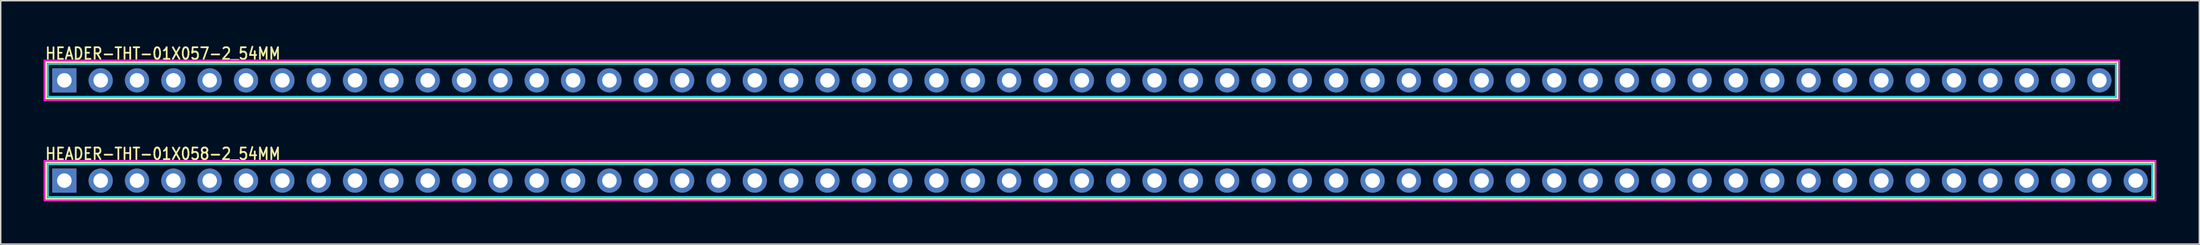
<source format=kicad_pcb>
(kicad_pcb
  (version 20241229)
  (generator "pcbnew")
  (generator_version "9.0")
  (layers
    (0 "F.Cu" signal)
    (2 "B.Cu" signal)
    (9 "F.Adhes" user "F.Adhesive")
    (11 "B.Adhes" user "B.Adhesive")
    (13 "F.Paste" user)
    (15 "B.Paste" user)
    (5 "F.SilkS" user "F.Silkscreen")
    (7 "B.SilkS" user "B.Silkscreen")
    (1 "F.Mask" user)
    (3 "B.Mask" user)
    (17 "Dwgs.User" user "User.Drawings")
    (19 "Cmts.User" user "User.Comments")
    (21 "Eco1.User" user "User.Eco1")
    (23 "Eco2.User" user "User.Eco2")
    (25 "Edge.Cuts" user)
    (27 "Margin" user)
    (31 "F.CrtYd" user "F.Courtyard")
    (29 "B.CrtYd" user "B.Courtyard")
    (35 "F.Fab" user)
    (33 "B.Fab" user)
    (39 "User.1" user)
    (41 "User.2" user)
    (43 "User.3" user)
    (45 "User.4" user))
  (footprint "HEADER-THT-01X058-2_54MM"
    (layer "F.Cu")
    (at 1.447 9.604)
    (property "Reference" "HEADER-THT-01X058-2_54MM" (at -1.4 -1.4 0) (unlocked yes) (layer "F.SilkS") (effects (font (size 0.813 0.695) (thickness 0.122)) (justify left bottom)))
    (fp_line (start -1.27 -1.27) (end -1.27 1.27) (stroke (width 0.127) (type solid)) (layer "F.SilkS"))
    (fp_line (start -1.27 1.27) (end 146.05 1.27) (stroke (width 0.127) (type solid)) (layer "F.SilkS"))
    (fp_line (start 146.05 -1.27) (end -1.27 -1.27) (stroke (width 0.127) (type solid)) (layer "F.SilkS"))
    (fp_line (start 146.05 1.27) (end 146.05 -1.27) (stroke (width 0.127) (type solid)) (layer "F.SilkS"))
    (fp_poly (pts (xy -1.143 -1.143) (xy 145.923 -1.143) (xy 145.923 1.143) (xy -1.143 1.143)) (stroke (width 0.1) (type solid)) (fill no) (layer "B.CrtYd"))
    (fp_poly (pts (xy -1.397 -1.397) (xy 146.177 -1.397) (xy 146.177 1.397) (xy -1.397 1.397)) (stroke (width 0.1) (type solid)) (fill no) (layer "F.CrtYd"))
    (pad "P$1" thru_hole rect (at 0 0) (size 1.693 1.693) (drill 1.016) (layers "*.Cu" "*.Mask"))
    (pad "P$2" thru_hole oval (at 2.54 0) (size 1.693 1.693) (drill 1.016) (layers "*.Cu" "*.Mask"))
    (pad "P$3" thru_hole oval (at 5.08 0) (size 1.693 1.693) (drill 1.016) (layers "*.Cu" "*.Mask"))
    (pad "P$4" thru_hole oval (at 7.62 0) (size 1.693 1.693) (drill 1.016) (layers "*.Cu" "*.Mask"))
    (pad "P$5" thru_hole oval (at 10.16 0) (size 1.693 1.693) (drill 1.016) (layers "*.Cu" "*.Mask"))
    (pad "P$6" thru_hole oval (at 12.7 0) (size 1.693 1.693) (drill 1.016) (layers "*.Cu" "*.Mask"))
    (pad "P$7" thru_hole oval (at 15.24 0) (size 1.693 1.693) (drill 1.016) (layers "*.Cu" "*.Mask"))
    (pad "P$8" thru_hole oval (at 17.78 0) (size 1.693 1.693) (drill 1.016) (layers "*.Cu" "*.Mask"))
    (pad "P$9" thru_hole oval (at 20.32 0) (size 1.693 1.693) (drill 1.016) (layers "*.Cu" "*.Mask"))
    (pad "P$10" thru_hole oval (at 22.86 0) (size 1.693 1.693) (drill 1.016) (layers "*.Cu" "*.Mask"))
    (pad "P$11" thru_hole oval (at 25.4 0) (size 1.693 1.693) (drill 1.016) (layers "*.Cu" "*.Mask"))
    (pad "P$12" thru_hole oval (at 27.94 0) (size 1.693 1.693) (drill 1.016) (layers "*.Cu" "*.Mask"))
    (pad "P$13" thru_hole oval (at 30.48 0) (size 1.693 1.693) (drill 1.016) (layers "*.Cu" "*.Mask"))
    (pad "P$14" thru_hole oval (at 33.02 0) (size 1.693 1.693) (drill 1.016) (layers "*.Cu" "*.Mask"))
    (pad "P$15" thru_hole oval (at 35.56 0) (size 1.693 1.693) (drill 1.016) (layers "*.Cu" "*.Mask"))
    (pad "P$16" thru_hole oval (at 38.1 0) (size 1.693 1.693) (drill 1.016) (layers "*.Cu" "*.Mask"))
    (pad "P$17" thru_hole oval (at 40.64 0) (size 1.693 1.693) (drill 1.016) (layers "*.Cu" "*.Mask"))
    (pad "P$18" thru_hole oval (at 43.18 0) (size 1.693 1.693) (drill 1.016) (layers "*.Cu" "*.Mask"))
    (pad "P$19" thru_hole oval (at 45.72 0) (size 1.693 1.693) (drill 1.016) (layers "*.Cu" "*.Mask"))
    (pad "P$20" thru_hole oval (at 48.26 0) (size 1.693 1.693) (drill 1.016) (layers "*.Cu" "*.Mask"))
    (pad "P$21" thru_hole oval (at 50.8 0) (size 1.693 1.693) (drill 1.016) (layers "*.Cu" "*.Mask"))
    (pad "P$22" thru_hole oval (at 53.34 0) (size 1.693 1.693) (drill 1.016) (layers "*.Cu" "*.Mask"))
    (pad "P$23" thru_hole oval (at 55.88 0) (size 1.693 1.693) (drill 1.016) (layers "*.Cu" "*.Mask"))
    (pad "P$24" thru_hole oval (at 58.42 0) (size 1.693 1.693) (drill 1.016) (layers "*.Cu" "*.Mask"))
    (pad "P$25" thru_hole oval (at 60.96 0) (size 1.693 1.693) (drill 1.016) (layers "*.Cu" "*.Mask"))
    (pad "P$26" thru_hole oval (at 63.5 0) (size 1.693 1.693) (drill 1.016) (layers "*.Cu" "*.Mask"))
    (pad "P$27" thru_hole oval (at 66.04 0) (size 1.693 1.693) (drill 1.016) (layers "*.Cu" "*.Mask"))
    (pad "P$28" thru_hole oval (at 68.58 0) (size 1.693 1.693) (drill 1.016) (layers "*.Cu" "*.Mask"))
    (pad "P$29" thru_hole oval (at 71.12 0) (size 1.693 1.693) (drill 1.016) (layers "*.Cu" "*.Mask"))
    (pad "P$30" thru_hole oval (at 73.66 0) (size 1.693 1.693) (drill 1.016) (layers "*.Cu" "*.Mask"))
    (pad "P$31" thru_hole oval (at 76.2 0) (size 1.693 1.693) (drill 1.016) (layers "*.Cu" "*.Mask"))
    (pad "P$32" thru_hole oval (at 78.74 0) (size 1.693 1.693) (drill 1.016) (layers "*.Cu" "*.Mask"))
    (pad "P$33" thru_hole oval (at 81.28 0) (size 1.693 1.693) (drill 1.016) (layers "*.Cu" "*.Mask"))
    (pad "P$34" thru_hole oval (at 83.82 0) (size 1.693 1.693) (drill 1.016) (layers "*.Cu" "*.Mask"))
    (pad "P$35" thru_hole oval (at 86.36 0) (size 1.693 1.693) (drill 1.016) (layers "*.Cu" "*.Mask"))
    (pad "P$36" thru_hole oval (at 88.9 0) (size 1.693 1.693) (drill 1.016) (layers "*.Cu" "*.Mask"))
    (pad "P$37" thru_hole oval (at 91.44 0) (size 1.693 1.693) (drill 1.016) (layers "*.Cu" "*.Mask"))
    (pad "P$38" thru_hole oval (at 93.98 0) (size 1.693 1.693) (drill 1.016) (layers "*.Cu" "*.Mask"))
    (pad "P$39" thru_hole oval (at 96.52 0) (size 1.693 1.693) (drill 1.016) (layers "*.Cu" "*.Mask"))
    (pad "P$40" thru_hole oval (at 99.06 0) (size 1.693 1.693) (drill 1.016) (layers "*.Cu" "*.Mask"))
    (pad "P$41" thru_hole oval (at 101.6 0) (size 1.693 1.693) (drill 1.016) (layers "*.Cu" "*.Mask"))
    (pad "P$42" thru_hole oval (at 104.14 0) (size 1.693 1.693) (drill 1.016) (layers "*.Cu" "*.Mask"))
    (pad "P$43" thru_hole oval (at 106.68 0) (size 1.693 1.693) (drill 1.016) (layers "*.Cu" "*.Mask"))
    (pad "P$44" thru_hole oval (at 109.22 0) (size 1.693 1.693) (drill 1.016) (layers "*.Cu" "*.Mask"))
    (pad "P$45" thru_hole oval (at 111.76 0) (size 1.693 1.693) (drill 1.016) (layers "*.Cu" "*.Mask"))
    (pad "P$46" thru_hole oval (at 114.3 0) (size 1.693 1.693) (drill 1.016) (layers "*.Cu" "*.Mask"))
    (pad "P$47" thru_hole oval (at 116.84 0) (size 1.693 1.693) (drill 1.016) (layers "*.Cu" "*.Mask"))
    (pad "P$48" thru_hole oval (at 119.38 0) (size 1.693 1.693) (drill 1.016) (layers "*.Cu" "*.Mask"))
    (pad "P$49" thru_hole oval (at 121.92 0) (size 1.693 1.693) (drill 1.016) (layers "*.Cu" "*.Mask"))
    (pad "P$50" thru_hole oval (at 124.46 0) (size 1.693 1.693) (drill 1.016) (layers "*.Cu" "*.Mask"))
    (pad "P$51" thru_hole oval (at 127 0) (size 1.693 1.693) (drill 1.016) (layers "*.Cu" "*.Mask"))
    (pad "P$52" thru_hole oval (at 129.54 0) (size 1.693 1.693) (drill 1.016) (layers "*.Cu" "*.Mask"))
    (pad "P$53" thru_hole oval (at 132.08 0) (size 1.693 1.693) (drill 1.016) (layers "*.Cu" "*.Mask"))
    (pad "P$54" thru_hole oval (at 134.62 0) (size 1.693 1.693) (drill 1.016) (layers "*.Cu" "*.Mask"))
    (pad "P$55" thru_hole oval (at 137.16 0) (size 1.693 1.693) (drill 1.016) (layers "*.Cu" "*.Mask"))
    (pad "P$56" thru_hole oval (at 139.7 0) (size 1.693 1.693) (drill 1.016) (layers "*.Cu" "*.Mask"))
    (pad "P$57" thru_hole oval (at 142.24 0) (size 1.693 1.693) (drill 1.016) (layers "*.Cu" "*.Mask"))
    (pad "P$58" thru_hole oval (at 144.78 0) (size 1.693 1.693) (drill 1.016) (layers "*.Cu" "*.Mask")))
  (footprint "HEADER-THT-01X057-2_54MM"
    (layer "F.Cu")
    (at 1.447 2.579)
    (property "Reference" "HEADER-THT-01X057-2_54MM" (at -1.4 -1.4 0) (unlocked yes) (layer "F.SilkS") (effects (font (size 0.813 0.695) (thickness 0.122)) (justify left bottom)))
    (fp_line (start -1.27 -1.27) (end -1.27 1.27) (stroke (width 0.127) (type solid)) (layer "F.SilkS"))
    (fp_line (start -1.27 1.27) (end 143.51 1.27) (stroke (width 0.127) (type solid)) (layer "F.SilkS"))
    (fp_line (start 143.51 -1.27) (end -1.27 -1.27) (stroke (width 0.127) (type solid)) (layer "F.SilkS"))
    (fp_line (start 143.51 1.27) (end 143.51 -1.27) (stroke (width 0.127) (type solid)) (layer "F.SilkS"))
    (fp_poly (pts (xy -1.143 -1.143) (xy 143.383 -1.143) (xy 143.383 1.143) (xy -1.143 1.143)) (stroke (width 0.1) (type solid)) (fill no) (layer "B.CrtYd"))
    (fp_poly (pts (xy -1.397 -1.397) (xy 143.637 -1.397) (xy 143.637 1.397) (xy -1.397 1.397)) (stroke (width 0.1) (type solid)) (fill no) (layer "F.CrtYd"))
    (pad "P$1" thru_hole rect (at 0 0) (size 1.693 1.693) (drill 1.016) (layers "*.Cu" "*.Mask"))
    (pad "P$2" thru_hole oval (at 2.54 0) (size 1.693 1.693) (drill 1.016) (layers "*.Cu" "*.Mask"))
    (pad "P$3" thru_hole oval (at 5.08 0) (size 1.693 1.693) (drill 1.016) (layers "*.Cu" "*.Mask"))
    (pad "P$4" thru_hole oval (at 7.62 0) (size 1.693 1.693) (drill 1.016) (layers "*.Cu" "*.Mask"))
    (pad "P$5" thru_hole oval (at 10.16 0) (size 1.693 1.693) (drill 1.016) (layers "*.Cu" "*.Mask"))
    (pad "P$6" thru_hole oval (at 12.7 0) (size 1.693 1.693) (drill 1.016) (layers "*.Cu" "*.Mask"))
    (pad "P$7" thru_hole oval (at 15.24 0) (size 1.693 1.693) (drill 1.016) (layers "*.Cu" "*.Mask"))
    (pad "P$8" thru_hole oval (at 17.78 0) (size 1.693 1.693) (drill 1.016) (layers "*.Cu" "*.Mask"))
    (pad "P$9" thru_hole oval (at 20.32 0) (size 1.693 1.693) (drill 1.016) (layers "*.Cu" "*.Mask"))
    (pad "P$10" thru_hole oval (at 22.86 0) (size 1.693 1.693) (drill 1.016) (layers "*.Cu" "*.Mask"))
    (pad "P$11" thru_hole oval (at 25.4 0) (size 1.693 1.693) (drill 1.016) (layers "*.Cu" "*.Mask"))
    (pad "P$12" thru_hole oval (at 27.94 0) (size 1.693 1.693) (drill 1.016) (layers "*.Cu" "*.Mask"))
    (pad "P$13" thru_hole oval (at 30.48 0) (size 1.693 1.693) (drill 1.016) (layers "*.Cu" "*.Mask"))
    (pad "P$14" thru_hole oval (at 33.02 0) (size 1.693 1.693) (drill 1.016) (layers "*.Cu" "*.Mask"))
    (pad "P$15" thru_hole oval (at 35.56 0) (size 1.693 1.693) (drill 1.016) (layers "*.Cu" "*.Mask"))
    (pad "P$16" thru_hole oval (at 38.1 0) (size 1.693 1.693) (drill 1.016) (layers "*.Cu" "*.Mask"))
    (pad "P$17" thru_hole oval (at 40.64 0) (size 1.693 1.693) (drill 1.016) (layers "*.Cu" "*.Mask"))
    (pad "P$18" thru_hole oval (at 43.18 0) (size 1.693 1.693) (drill 1.016) (layers "*.Cu" "*.Mask"))
    (pad "P$19" thru_hole oval (at 45.72 0) (size 1.693 1.693) (drill 1.016) (layers "*.Cu" "*.Mask"))
    (pad "P$20" thru_hole oval (at 48.26 0) (size 1.693 1.693) (drill 1.016) (layers "*.Cu" "*.Mask"))
    (pad "P$21" thru_hole oval (at 50.8 0) (size 1.693 1.693) (drill 1.016) (layers "*.Cu" "*.Mask"))
    (pad "P$22" thru_hole oval (at 53.34 0) (size 1.693 1.693) (drill 1.016) (layers "*.Cu" "*.Mask"))
    (pad "P$23" thru_hole oval (at 55.88 0) (size 1.693 1.693) (drill 1.016) (layers "*.Cu" "*.Mask"))
    (pad "P$24" thru_hole oval (at 58.42 0) (size 1.693 1.693) (drill 1.016) (layers "*.Cu" "*.Mask"))
    (pad "P$25" thru_hole oval (at 60.96 0) (size 1.693 1.693) (drill 1.016) (layers "*.Cu" "*.Mask"))
    (pad "P$26" thru_hole oval (at 63.5 0) (size 1.693 1.693) (drill 1.016) (layers "*.Cu" "*.Mask"))
    (pad "P$27" thru_hole oval (at 66.04 0) (size 1.693 1.693) (drill 1.016) (layers "*.Cu" "*.Mask"))
    (pad "P$28" thru_hole oval (at 68.58 0) (size 1.693 1.693) (drill 1.016) (layers "*.Cu" "*.Mask"))
    (pad "P$29" thru_hole oval (at 71.12 0) (size 1.693 1.693) (drill 1.016) (layers "*.Cu" "*.Mask"))
    (pad "P$30" thru_hole oval (at 73.66 0) (size 1.693 1.693) (drill 1.016) (layers "*.Cu" "*.Mask"))
    (pad "P$31" thru_hole oval (at 76.2 0) (size 1.693 1.693) (drill 1.016) (layers "*.Cu" "*.Mask"))
    (pad "P$32" thru_hole oval (at 78.74 0) (size 1.693 1.693) (drill 1.016) (layers "*.Cu" "*.Mask"))
    (pad "P$33" thru_hole oval (at 81.28 0) (size 1.693 1.693) (drill 1.016) (layers "*.Cu" "*.Mask"))
    (pad "P$34" thru_hole oval (at 83.82 0) (size 1.693 1.693) (drill 1.016) (layers "*.Cu" "*.Mask"))
    (pad "P$35" thru_hole oval (at 86.36 0) (size 1.693 1.693) (drill 1.016) (layers "*.Cu" "*.Mask"))
    (pad "P$36" thru_hole oval (at 88.9 0) (size 1.693 1.693) (drill 1.016) (layers "*.Cu" "*.Mask"))
    (pad "P$37" thru_hole oval (at 91.44 0) (size 1.693 1.693) (drill 1.016) (layers "*.Cu" "*.Mask"))
    (pad "P$38" thru_hole oval (at 93.98 0) (size 1.693 1.693) (drill 1.016) (layers "*.Cu" "*.Mask"))
    (pad "P$39" thru_hole oval (at 96.52 0) (size 1.693 1.693) (drill 1.016) (layers "*.Cu" "*.Mask"))
    (pad "P$40" thru_hole oval (at 99.06 0) (size 1.693 1.693) (drill 1.016) (layers "*.Cu" "*.Mask"))
    (pad "P$41" thru_hole oval (at 101.6 0) (size 1.693 1.693) (drill 1.016) (layers "*.Cu" "*.Mask"))
    (pad "P$42" thru_hole oval (at 104.14 0) (size 1.693 1.693) (drill 1.016) (layers "*.Cu" "*.Mask"))
    (pad "P$43" thru_hole oval (at 106.68 0) (size 1.693 1.693) (drill 1.016) (layers "*.Cu" "*.Mask"))
    (pad "P$44" thru_hole oval (at 109.22 0) (size 1.693 1.693) (drill 1.016) (layers "*.Cu" "*.Mask"))
    (pad "P$45" thru_hole oval (at 111.76 0) (size 1.693 1.693) (drill 1.016) (layers "*.Cu" "*.Mask"))
    (pad "P$46" thru_hole oval (at 114.3 0) (size 1.693 1.693) (drill 1.016) (layers "*.Cu" "*.Mask"))
    (pad "P$47" thru_hole oval (at 116.84 0) (size 1.693 1.693) (drill 1.016) (layers "*.Cu" "*.Mask"))
    (pad "P$48" thru_hole oval (at 119.38 0) (size 1.693 1.693) (drill 1.016) (layers "*.Cu" "*.Mask"))
    (pad "P$49" thru_hole oval (at 121.92 0) (size 1.693 1.693) (drill 1.016) (layers "*.Cu" "*.Mask"))
    (pad "P$50" thru_hole oval (at 124.46 0) (size 1.693 1.693) (drill 1.016) (layers "*.Cu" "*.Mask"))
    (pad "P$51" thru_hole oval (at 127 0) (size 1.693 1.693) (drill 1.016) (layers "*.Cu" "*.Mask"))
    (pad "P$52" thru_hole oval (at 129.54 0) (size 1.693 1.693) (drill 1.016) (layers "*.Cu" "*.Mask"))
    (pad "P$53" thru_hole oval (at 132.08 0) (size 1.693 1.693) (drill 1.016) (layers "*.Cu" "*.Mask"))
    (pad "P$54" thru_hole oval (at 134.62 0) (size 1.693 1.693) (drill 1.016) (layers "*.Cu" "*.Mask"))
    (pad "P$55" thru_hole oval (at 137.16 0) (size 1.693 1.693) (drill 1.016) (layers "*.Cu" "*.Mask"))
    (pad "P$56" thru_hole oval (at 139.7 0) (size 1.693 1.693) (drill 1.016) (layers "*.Cu" "*.Mask"))
    (pad "P$57" thru_hole oval (at 142.24 0) (size 1.693 1.693) (drill 1.016) (layers "*.Cu" "*.Mask")))
  (gr_rect
    (start -3 -3)
    (end 150.674 14.051)
    (stroke (width 0.1) (type default))
    (fill no)
    (layer "Edge.Cuts")))
</source>
